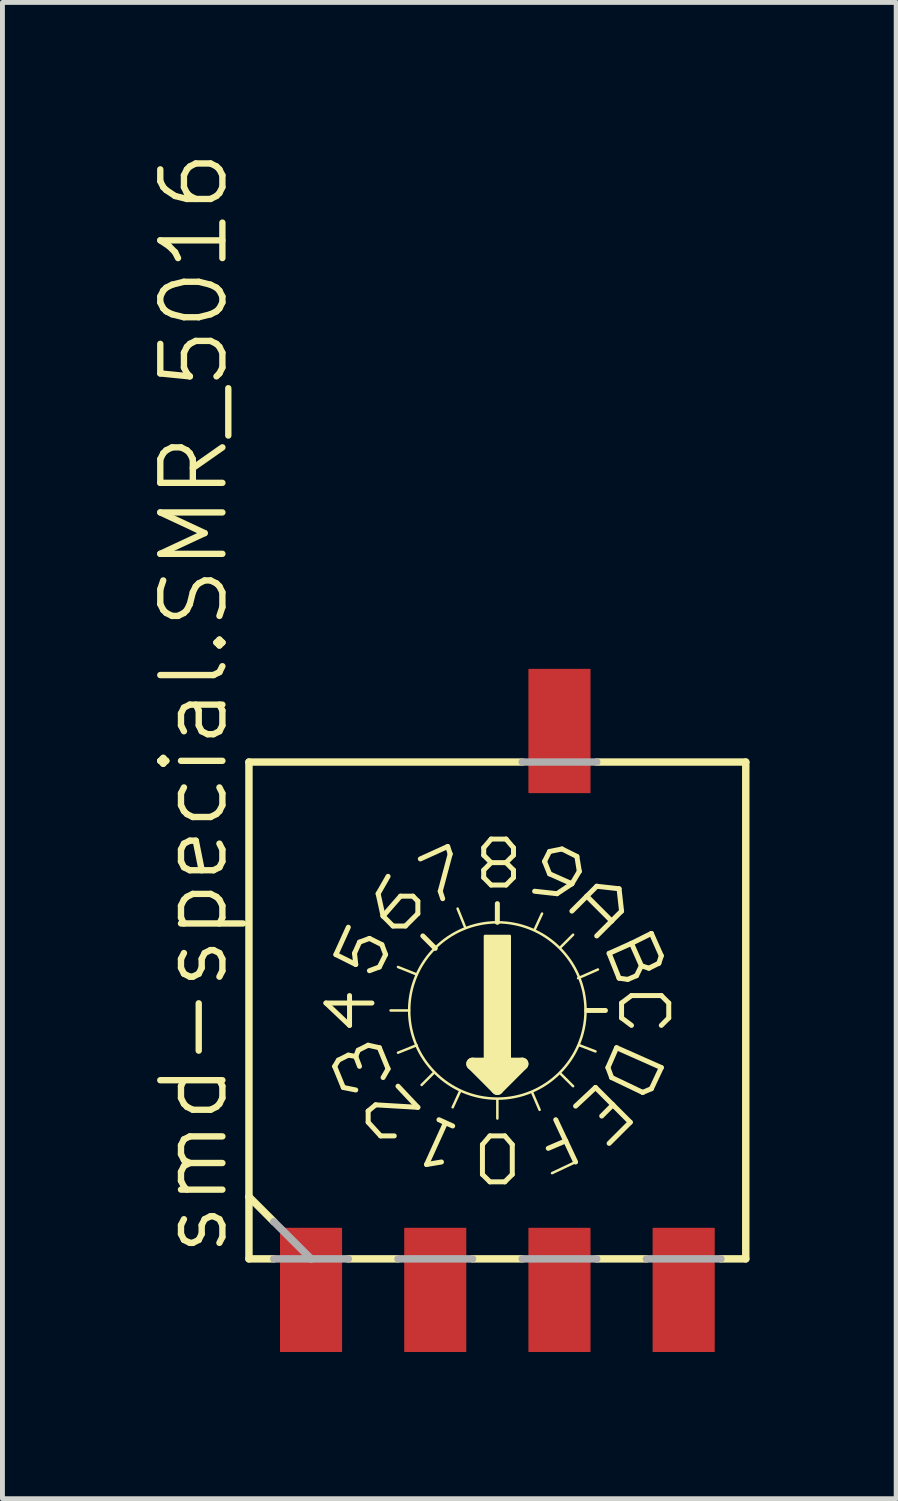
<source format=kicad_pcb>
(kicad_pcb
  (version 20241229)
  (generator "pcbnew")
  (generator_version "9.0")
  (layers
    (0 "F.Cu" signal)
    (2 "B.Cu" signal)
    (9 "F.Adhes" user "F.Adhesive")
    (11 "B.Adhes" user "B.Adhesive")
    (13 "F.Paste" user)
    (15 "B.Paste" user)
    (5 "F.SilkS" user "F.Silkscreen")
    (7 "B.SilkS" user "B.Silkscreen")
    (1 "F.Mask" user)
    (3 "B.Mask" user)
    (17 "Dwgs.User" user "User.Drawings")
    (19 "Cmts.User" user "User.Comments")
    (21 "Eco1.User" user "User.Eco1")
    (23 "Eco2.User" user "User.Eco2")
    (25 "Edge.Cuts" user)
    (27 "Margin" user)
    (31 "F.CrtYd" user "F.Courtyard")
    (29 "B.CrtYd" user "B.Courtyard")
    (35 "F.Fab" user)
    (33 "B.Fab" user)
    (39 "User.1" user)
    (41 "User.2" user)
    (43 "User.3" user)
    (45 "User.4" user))
  (footprint "smd-special.SMR_5016"
    (layer "F.Cu")
    (at 7.121 17.614)
    (property "Reference" "smd-special.SMR_5016" (at -5.461 5.08 90) (layer "F.SilkS") (effects (font (size 1.27 1.27) (thickness 0.13)) (justify left bottom)))
    (attr smd)
    (fp_line (start -5.08 3.81) (end -5.08 -5.08) (stroke (width 0.152) (type default)) (layer "F.SilkS"))
    (fp_line (start -5.08 5.08) (end -5.08 3.81) (stroke (width 0.152) (type default)) (layer "F.SilkS"))
    (fp_line (start -4.572 4.318) (end -5.08 3.81) (stroke (width 0.152) (type default)) (layer "F.SilkS"))
    (fp_line (start -4.572 5.08) (end -5.08 5.08) (stroke (width 0.152) (type default)) (layer "F.SilkS"))
    (fp_line (start -3.505 -0.152) (end -3.023 0.305) (stroke (width 0.102) (type default)) (layer "F.SilkS"))
    (fp_line (start -3.327 1.143) (end -3.15 1.575) (stroke (width 0.102) (type default)) (layer "F.SilkS"))
    (fp_line (start -3.302 -1.143) (end -3.048 -1.702) (stroke (width 0.102) (type default)) (layer "F.SilkS"))
    (fp_line (start -3.302 -1.143) (end -2.896 -0.94) (stroke (width 0.102) (type default)) (layer "F.SilkS"))
    (fp_line (start -3.251 1.016) (end -3.327 1.143) (stroke (width 0.102) (type default)) (layer "F.SilkS"))
    (fp_line (start -3.048 0.914) (end -3.251 1.016) (stroke (width 0.102) (type default)) (layer "F.SilkS"))
    (fp_line (start -3.023 0.305) (end -3.023 -0.305) (stroke (width 0.102) (type default)) (layer "F.SilkS"))
    (fp_line (start -2.921 -1.168) (end -2.819 -1.397) (stroke (width 0.102) (type default)) (layer "F.SilkS"))
    (fp_line (start -2.896 -0.94) (end -2.921 -1.168) (stroke (width 0.102) (type default)) (layer "F.SilkS"))
    (fp_line (start -2.896 0.94) (end -3.048 0.914) (stroke (width 0.102) (type default)) (layer "F.SilkS"))
    (fp_line (start -2.896 0.94) (end -2.819 1.143) (stroke (width 0.102) (type default)) (layer "F.SilkS"))
    (fp_line (start -2.896 1.626) (end -3.15 1.575) (stroke (width 0.102) (type default)) (layer "F.SilkS"))
    (fp_line (start -2.845 0.813) (end -2.896 0.94) (stroke (width 0.102) (type default)) (layer "F.SilkS"))
    (fp_line (start -2.819 -1.397) (end -2.616 -1.473) (stroke (width 0.102) (type default)) (layer "F.SilkS"))
    (fp_line (start -2.642 0.711) (end -2.845 0.813) (stroke (width 0.102) (type default)) (layer "F.SilkS"))
    (fp_line (start -2.642 2.057) (end -2.489 1.93) (stroke (width 0.102) (type default)) (layer "F.SilkS"))
    (fp_line (start -2.642 2.286) (end -2.642 2.057) (stroke (width 0.102) (type default)) (layer "F.SilkS"))
    (fp_line (start -2.642 2.286) (end -2.388 2.565) (stroke (width 0.102) (type default)) (layer "F.SilkS"))
    (fp_line (start -2.616 -1.473) (end -2.362 -1.346) (stroke (width 0.102) (type default)) (layer "F.SilkS"))
    (fp_line (start -2.565 -0.152) (end -3.505 -0.152) (stroke (width 0.102) (type default)) (layer "F.SilkS"))
    (fp_line (start -2.489 1.93) (end -1.626 1.981) (stroke (width 0.102) (type default)) (layer "F.SilkS"))
    (fp_line (start -2.438 -2.388) (end -2.235 -2.743) (stroke (width 0.102) (type default)) (layer "F.SilkS"))
    (fp_line (start -2.413 -0.889) (end -2.616 -0.813) (stroke (width 0.102) (type default)) (layer "F.SilkS"))
    (fp_line (start -2.413 0.762) (end -2.642 0.711) (stroke (width 0.102) (type default)) (layer "F.SilkS"))
    (fp_line (start -2.413 0.762) (end -2.235 1.194) (stroke (width 0.102) (type default)) (layer "F.SilkS"))
    (fp_line (start -2.388 2.565) (end -2.108 2.565) (stroke (width 0.102) (type default)) (layer "F.SilkS"))
    (fp_line (start -2.362 -1.346) (end -2.286 -1.143) (stroke (width 0.102) (type default)) (layer "F.SilkS"))
    (fp_line (start -2.337 -1.93) (end -2.438 -2.388) (stroke (width 0.102) (type default)) (layer "F.SilkS"))
    (fp_line (start -2.337 1.372) (end -2.235 1.194) (stroke (width 0.102) (type default)) (layer "F.SilkS"))
    (fp_line (start -2.286 -1.143) (end -2.413 -0.889) (stroke (width 0.102) (type default)) (layer "F.SilkS"))
    (fp_line (start -2.184 0) (end -1.803 0) (stroke (width 0.051) (type default)) (layer "F.SilkS"))
    (fp_line (start -2.134 -1.727) (end -2.337 -1.93) (stroke (width 0.102) (type default)) (layer "F.SilkS"))
    (fp_line (start -2.032 1.549) (end -1.626 1.981) (stroke (width 0.102) (type default)) (layer "F.SilkS"))
    (fp_line (start -2.032 5.08) (end -3.048 5.08) (stroke (width 0.152) (type default)) (layer "F.SilkS"))
    (fp_line (start -1.981 -2.337) (end -2.337 -1.93) (stroke (width 0.102) (type default)) (layer "F.SilkS"))
    (fp_line (start -1.88 -1.727) (end -2.134 -1.727) (stroke (width 0.102) (type default)) (layer "F.SilkS"))
    (fp_line (start -1.88 -1.727) (end -1.626 -1.981) (stroke (width 0.102) (type default)) (layer "F.SilkS"))
    (fp_line (start -1.727 -2.337) (end -1.981 -2.337) (stroke (width 0.102) (type default)) (layer "F.SilkS"))
    (fp_line (start -1.651 -0.737) (end -2.032 -0.889) (stroke (width 0.051) (type default)) (layer "F.SilkS"))
    (fp_line (start -1.651 0.711) (end -2.032 0.864) (stroke (width 0.051) (type default)) (layer "F.SilkS"))
    (fp_line (start -1.626 -2.235) (end -1.727 -2.337) (stroke (width 0.102) (type default)) (layer "F.SilkS"))
    (fp_line (start -1.626 -1.981) (end -1.626 -2.235) (stroke (width 0.102) (type default)) (layer "F.SilkS"))
    (fp_line (start -1.575 -3.099) (end -1.016 -3.353) (stroke (width 0.102) (type default)) (layer "F.SilkS"))
    (fp_line (start -1.448 3.15) (end -1.143 3.099) (stroke (width 0.102) (type default)) (layer "F.SilkS"))
    (fp_line (start -1.295 1.27) (end -1.549 1.524) (stroke (width 0.051) (type default)) (layer "F.SilkS"))
    (fp_line (start -1.27 -1.27) (end -1.524 -1.524) (stroke (width 0.102) (type default)) (layer "F.SilkS"))
    (fp_line (start -1.194 2.235) (end -0.914 2.362) (stroke (width 0.102) (type default)) (layer "F.SilkS"))
    (fp_line (start -1.168 -2.438) (end -1.118 -2.286) (stroke (width 0.102) (type default)) (layer "F.SilkS"))
    (fp_line (start -1.067 2.311) (end -1.448 3.15) (stroke (width 0.102) (type default)) (layer "F.SilkS"))
    (fp_line (start -1.016 -3.353) (end -0.965 -3.2) (stroke (width 0.102) (type default)) (layer "F.SilkS"))
    (fp_line (start -0.965 -3.2) (end -1.168 -2.438) (stroke (width 0.102) (type default)) (layer "F.SilkS"))
    (fp_line (start -0.762 1.651) (end -0.914 1.981) (stroke (width 0.051) (type default)) (layer "F.SilkS"))
    (fp_line (start -0.66 -1.702) (end -0.813 -2.083) (stroke (width 0.051) (type default)) (layer "F.SilkS"))
    (fp_line (start -0.508 1.092) (end 0 1.6) (stroke (width 0.254) (type default)) (layer "F.SilkS"))
    (fp_line (start -0.305 2.743) (end -0.305 3.353) (stroke (width 0.102) (type default)) (layer "F.SilkS"))
    (fp_line (start -0.305 3.353) (end -0.152 3.505) (stroke (width 0.102) (type default)) (layer "F.SilkS"))
    (fp_line (start -0.279 -3.327) (end -0.279 -3.175) (stroke (width 0.102) (type default)) (layer "F.SilkS"))
    (fp_line (start -0.279 -3.175) (end -0.127 -3.023) (stroke (width 0.102) (type default)) (layer "F.SilkS"))
    (fp_line (start -0.279 -2.87) (end -0.279 -2.718) (stroke (width 0.102) (type default)) (layer "F.SilkS"))
    (fp_line (start -0.279 -2.718) (end -0.127 -2.565) (stroke (width 0.102) (type default)) (layer "F.SilkS"))
    (fp_line (start -0.254 1.219) (end 0.254 1.219) (stroke (width 0.254) (type default)) (layer "F.SilkS"))
    (fp_line (start -0.152 2.565) (end -0.305 2.743) (stroke (width 0.102) (type default)) (layer "F.SilkS"))
    (fp_line (start -0.152 3.505) (end 0.152 3.505) (stroke (width 0.102) (type default)) (layer "F.SilkS"))
    (fp_line (start -0.127 -3.505) (end -0.279 -3.327) (stroke (width 0.102) (type default)) (layer "F.SilkS"))
    (fp_line (start -0.127 -3.023) (end -0.279 -2.87) (stroke (width 0.102) (type default)) (layer "F.SilkS"))
    (fp_line (start -0.127 -3.023) (end 0.178 -3.023) (stroke (width 0.102) (type default)) (layer "F.SilkS"))
    (fp_line (start -0.127 -2.565) (end 0.178 -2.565) (stroke (width 0.102) (type default)) (layer "F.SilkS"))
    (fp_line (start 0 -1.803) (end 0 -2.184) (stroke (width 0.102) (type default)) (layer "F.SilkS"))
    (fp_line (start 0 1.473) (end 0 1.346) (stroke (width 0.254) (type default)) (layer "F.SilkS"))
    (fp_line (start 0 1.6) (end 0.508 1.092) (stroke (width 0.254) (type default)) (layer "F.SilkS"))
    (fp_line (start 0 1.829) (end 0 2.21) (stroke (width 0.051) (type default)) (layer "F.SilkS"))
    (fp_line (start 0.152 2.565) (end -0.152 2.565) (stroke (width 0.102) (type default)) (layer "F.SilkS"))
    (fp_line (start 0.152 3.505) (end 0.305 3.353) (stroke (width 0.102) (type default)) (layer "F.SilkS"))
    (fp_line (start 0.178 -3.505) (end -0.127 -3.505) (stroke (width 0.102) (type default)) (layer "F.SilkS"))
    (fp_line (start 0.178 -3.023) (end 0.33 -3.175) (stroke (width 0.102) (type default)) (layer "F.SilkS"))
    (fp_line (start 0.178 -2.565) (end 0.33 -2.718) (stroke (width 0.102) (type default)) (layer "F.SilkS"))
    (fp_line (start 0.305 2.743) (end 0.152 2.565) (stroke (width 0.102) (type default)) (layer "F.SilkS"))
    (fp_line (start 0.305 3.353) (end 0.305 2.743) (stroke (width 0.102) (type default)) (layer "F.SilkS"))
    (fp_line (start 0.33 -3.327) (end 0.178 -3.505) (stroke (width 0.102) (type default)) (layer "F.SilkS"))
    (fp_line (start 0.33 -3.175) (end 0.33 -3.327) (stroke (width 0.102) (type default)) (layer "F.SilkS"))
    (fp_line (start 0.33 -2.87) (end 0.178 -3.023) (stroke (width 0.102) (type default)) (layer "F.SilkS"))
    (fp_line (start 0.33 -2.718) (end 0.33 -2.87) (stroke (width 0.102) (type default)) (layer "F.SilkS"))
    (fp_line (start 0.508 -5.08) (end -5.08 -5.08) (stroke (width 0.152) (type default)) (layer "F.SilkS"))
    (fp_line (start 0.508 1.092) (end -0.508 1.092) (stroke (width 0.254) (type default)) (layer "F.SilkS"))
    (fp_line (start 0.508 5.08) (end -0.508 5.08) (stroke (width 0.152) (type default)) (layer "F.SilkS"))
    (fp_line (start 0.711 1.676) (end 0.864 2.032) (stroke (width 0.051) (type default)) (layer "F.SilkS"))
    (fp_line (start 0.762 -1.651) (end 0.914 -1.981) (stroke (width 0.051) (type default)) (layer "F.SilkS"))
    (fp_line (start 0.965 -3.048) (end 1.067 -2.794) (stroke (width 0.102) (type default)) (layer "F.SilkS"))
    (fp_line (start 1.067 -3.251) (end 0.965 -3.048) (stroke (width 0.102) (type default)) (layer "F.SilkS"))
    (fp_line (start 1.067 -2.794) (end 1.524 -2.591) (stroke (width 0.102) (type default)) (layer "F.SilkS"))
    (fp_line (start 1.118 3.327) (end 1.6 3.099) (stroke (width 0.051) (type default)) (layer "F.SilkS"))
    (fp_line (start 1.219 -2.388) (end 0.762 -2.438) (stroke (width 0.102) (type default)) (layer "F.SilkS"))
    (fp_line (start 1.295 -1.295) (end 1.549 -1.549) (stroke (width 0.051) (type default)) (layer "F.SilkS"))
    (fp_line (start 1.295 1.295) (end 1.549 1.549) (stroke (width 0.051) (type default)) (layer "F.SilkS"))
    (fp_line (start 1.321 -3.302) (end 1.067 -3.251) (stroke (width 0.102) (type default)) (layer "F.SilkS"))
    (fp_line (start 1.397 2.667) (end 1.041 2.819) (stroke (width 0.102) (type default)) (layer "F.SilkS"))
    (fp_line (start 1.397 2.667) (end 1.194 2.235) (stroke (width 0.102) (type default)) (layer "F.SilkS"))
    (fp_line (start 1.524 -2.591) (end 1.219 -2.388) (stroke (width 0.102) (type default)) (layer "F.SilkS"))
    (fp_line (start 1.524 -2.032) (end 1.829 -2.337) (stroke (width 0.102) (type default)) (layer "F.SilkS"))
    (fp_line (start 1.6 3.099) (end 1.397 2.667) (stroke (width 0.102) (type default)) (layer "F.SilkS"))
    (fp_line (start 1.626 -3.15) (end 1.321 -3.302) (stroke (width 0.102) (type default)) (layer "F.SilkS"))
    (fp_line (start 1.626 -3.15) (end 1.676 -2.845) (stroke (width 0.102) (type default)) (layer "F.SilkS"))
    (fp_line (start 1.651 -0.66) (end 2.057 -0.838) (stroke (width 0.051) (type default)) (layer "F.SilkS"))
    (fp_line (start 1.676 -2.845) (end 1.524 -2.591) (stroke (width 0.102) (type default)) (layer "F.SilkS"))
    (fp_line (start 1.676 0.711) (end 2.007 0.838) (stroke (width 0.051) (type default)) (layer "F.SilkS"))
    (fp_line (start 1.829 -2.337) (end 2.032 -2.54) (stroke (width 0.102) (type default)) (layer "F.SilkS"))
    (fp_line (start 1.829 -2.337) (end 2.337 -1.829) (stroke (width 0.102) (type default)) (layer "F.SilkS"))
    (fp_line (start 1.829 0) (end 2.21 0) (stroke (width 0.102) (type default)) (layer "F.SilkS"))
    (fp_line (start 2.007 1.575) (end 1.6 1.956) (stroke (width 0.102) (type default)) (layer "F.SilkS"))
    (fp_line (start 2.007 1.575) (end 2.362 1.93) (stroke (width 0.102) (type default)) (layer "F.SilkS"))
    (fp_line (start 2.032 -2.54) (end 2.489 -2.489) (stroke (width 0.102) (type default)) (layer "F.SilkS"))
    (fp_line (start 2.261 1.168) (end 2.337 1.372) (stroke (width 0.102) (type default)) (layer "F.SilkS"))
    (fp_line (start 2.286 -1.168) (end 2.743 -1.372) (stroke (width 0.102) (type default)) (layer "F.SilkS"))
    (fp_line (start 2.337 -1.829) (end 2.032 -1.524) (stroke (width 0.102) (type default)) (layer "F.SilkS"))
    (fp_line (start 2.337 1.372) (end 2.972 1.676) (stroke (width 0.102) (type default)) (layer "F.SilkS"))
    (fp_line (start 2.362 1.93) (end 2.134 2.159) (stroke (width 0.102) (type default)) (layer "F.SilkS"))
    (fp_line (start 2.362 1.93) (end 2.718 2.286) (stroke (width 0.102) (type default)) (layer "F.SilkS"))
    (fp_line (start 2.438 0.762) (end 2.261 1.168) (stroke (width 0.102) (type default)) (layer "F.SilkS"))
    (fp_line (start 2.489 -2.489) (end 2.54 -2.032) (stroke (width 0.102) (type default)) (layer "F.SilkS"))
    (fp_line (start 2.489 -0.66) (end 2.286 -1.168) (stroke (width 0.102) (type default)) (layer "F.SilkS"))
    (fp_line (start 2.54 -2.032) (end 2.337 -1.829) (stroke (width 0.102) (type default)) (layer "F.SilkS"))
    (fp_line (start 2.54 -0.152) (end 2.54 0.152) (stroke (width 0.102) (type default)) (layer "F.SilkS"))
    (fp_line (start 2.54 0.152) (end 2.743 0.305) (stroke (width 0.102) (type default)) (layer "F.SilkS"))
    (fp_line (start 2.667 -0.635) (end 2.489 -0.66) (stroke (width 0.102) (type default)) (layer "F.SilkS"))
    (fp_line (start 2.718 2.286) (end 2.286 2.718) (stroke (width 0.102) (type default)) (layer "F.SilkS"))
    (fp_line (start 2.743 -1.372) (end 3.15 -1.575) (stroke (width 0.102) (type default)) (layer "F.SilkS"))
    (fp_line (start 2.743 -0.305) (end 2.54 -0.152) (stroke (width 0.102) (type default)) (layer "F.SilkS"))
    (fp_line (start 2.743 -0.305) (end 3.353 -0.305) (stroke (width 0.102) (type default)) (layer "F.SilkS"))
    (fp_line (start 2.845 -0.711) (end 2.667 -0.635) (stroke (width 0.102) (type default)) (layer "F.SilkS"))
    (fp_line (start 2.946 -0.914) (end 2.743 -1.372) (stroke (width 0.102) (type default)) (layer "F.SilkS"))
    (fp_line (start 2.946 -0.914) (end 2.845 -0.711) (stroke (width 0.102) (type default)) (layer "F.SilkS"))
    (fp_line (start 2.972 1.676) (end 3.15 1.6) (stroke (width 0.102) (type default)) (layer "F.SilkS"))
    (fp_line (start 3.048 5.08) (end 2.032 5.08) (stroke (width 0.152) (type default)) (layer "F.SilkS"))
    (fp_line (start 3.099 -0.864) (end 2.946 -0.914) (stroke (width 0.102) (type default)) (layer "F.SilkS"))
    (fp_line (start 3.15 -1.575) (end 3.353 -1.118) (stroke (width 0.102) (type default)) (layer "F.SilkS"))
    (fp_line (start 3.15 1.6) (end 3.353 1.168) (stroke (width 0.102) (type default)) (layer "F.SilkS"))
    (fp_line (start 3.302 -0.965) (end 3.099 -0.864) (stroke (width 0.102) (type default)) (layer "F.SilkS"))
    (fp_line (start 3.353 -1.118) (end 3.302 -0.965) (stroke (width 0.102) (type default)) (layer "F.SilkS"))
    (fp_line (start 3.353 -0.305) (end 3.505 -0.152) (stroke (width 0.102) (type default)) (layer "F.SilkS"))
    (fp_line (start 3.353 1.168) (end 2.438 0.762) (stroke (width 0.102) (type default)) (layer "F.SilkS"))
    (fp_line (start 3.505 -0.152) (end 3.505 0.152) (stroke (width 0.102) (type default)) (layer "F.SilkS"))
    (fp_line (start 3.505 0.152) (end 3.353 0.305) (stroke (width 0.102) (type default)) (layer "F.SilkS"))
    (fp_line (start 5.08 -5.08) (end 2.032 -5.08) (stroke (width 0.152) (type default)) (layer "F.SilkS"))
    (fp_line (start 5.08 5.08) (end 4.572 5.08) (stroke (width 0.152) (type default)) (layer "F.SilkS"))
    (fp_line (start 5.08 5.08) (end 5.08 -5.08) (stroke (width 0.152) (type default)) (layer "F.SilkS"))
    (fp_rect (start -0.254 1.016) (end 0.254 -1.524) (stroke (width 0.05) (type default)) (fill yes) (layer "F.SilkS"))
    (fp_circle (center 0 0) (end 1.803 0) (stroke (width 0.051) (type default)) (fill no) (layer "F.SilkS"))
    (fp_line (start -3.81 5.08) (end -4.572 4.318) (stroke (width 0.152) (type default)) (layer "F.Fab"))
    (fp_line (start -3.81 5.08) (end -4.572 5.08) (stroke (width 0.152) (type default)) (layer "F.Fab"))
    (fp_line (start -3.048 5.08) (end -3.81 5.08) (stroke (width 0.152) (type default)) (layer "F.Fab"))
    (fp_line (start -0.508 5.08) (end -2.032 5.08) (stroke (width 0.152) (type default)) (layer "F.Fab"))
    (fp_line (start 2.032 -5.08) (end 0.508 -5.08) (stroke (width 0.152) (type default)) (layer "F.Fab"))
    (fp_line (start 2.032 5.08) (end 0.508 5.08) (stroke (width 0.152) (type default)) (layer "F.Fab"))
    (fp_line (start 4.572 5.08) (end 3.048 5.08) (stroke (width 0.152) (type default)) (layer "F.Fab"))
    (pad "1" smd roundrect (at 3.81 5.715) (size 1.27 2.54) (layers "F.Cu" "F.Mask" "F.Paste") (roundrect_rratio 0.01))
    (pad "2" smd roundrect (at 1.27 5.715) (size 1.27 2.54) (layers "F.Cu" "F.Mask" "F.Paste") (roundrect_rratio 0.01))
    (pad "4" smd roundrect (at -1.27 5.715) (size 1.27 2.54) (layers "F.Cu" "F.Mask" "F.Paste") (roundrect_rratio 0.01))
    (pad "8" smd roundrect (at -3.81 5.715) (size 1.27 2.54) (layers "F.Cu" "F.Mask" "F.Paste") (roundrect_rratio 0.01))
    (pad "C" smd roundrect (at 1.27 -5.715) (size 1.27 2.54) (layers "F.Cu" "F.Mask" "F.Paste") (roundrect_rratio 0.01)))
  (gr_rect
    (start -3 -3)
    (end 15.277 27.599)
    (stroke (width 0.1) (type default))
    (fill no)
    (layer "Edge.Cuts")))
</source>
